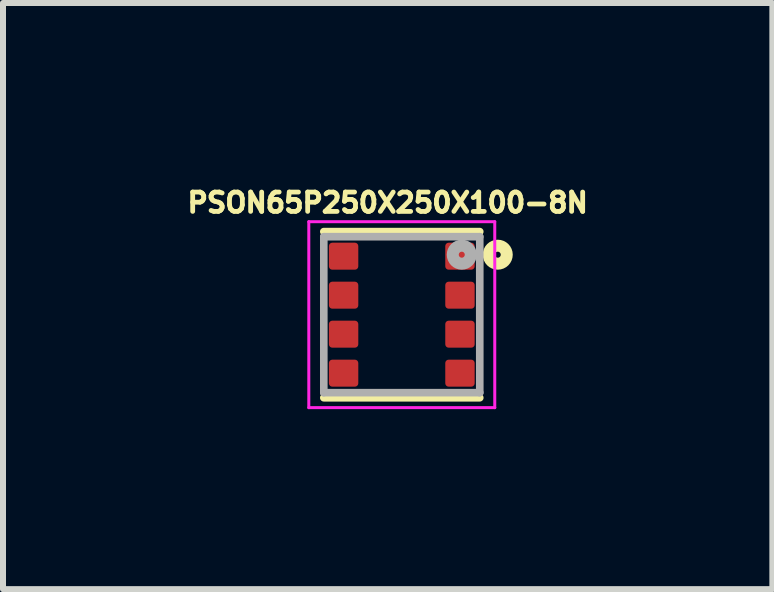
<source format=kicad_pcb>
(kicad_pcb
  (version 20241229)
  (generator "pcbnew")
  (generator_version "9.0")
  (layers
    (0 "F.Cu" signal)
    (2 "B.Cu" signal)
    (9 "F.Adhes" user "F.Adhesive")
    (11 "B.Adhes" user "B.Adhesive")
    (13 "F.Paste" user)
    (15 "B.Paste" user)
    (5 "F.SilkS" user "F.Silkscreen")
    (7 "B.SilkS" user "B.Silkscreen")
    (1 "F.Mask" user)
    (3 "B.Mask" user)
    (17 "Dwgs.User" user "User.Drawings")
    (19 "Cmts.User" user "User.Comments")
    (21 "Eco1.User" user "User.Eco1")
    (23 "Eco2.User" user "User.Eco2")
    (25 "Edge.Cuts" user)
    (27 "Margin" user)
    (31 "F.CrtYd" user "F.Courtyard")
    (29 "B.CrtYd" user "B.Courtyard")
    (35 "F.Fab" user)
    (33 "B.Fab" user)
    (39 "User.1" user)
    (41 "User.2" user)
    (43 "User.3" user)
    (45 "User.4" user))
  (footprint "PSON65P250X250X100-8N"
    (layer "F.Cu")
    (at 3.648 2.196)
    (property "Reference" "PSON65P250X250X100-8N" (at -0.235 -1.867 0) (layer "F.SilkS") (effects (font (size 0.322 0.322) (thickness 0.08))))
    (attr smd)
    (fp_line (start -1.3 -1.385) (end 1.3 -1.385) (stroke (width 0.127) (type solid)) (layer "F.SilkS"))
    (fp_line (start -1.3 1.385) (end 1.3 1.385) (stroke (width 0.127) (type solid)) (layer "F.SilkS"))
    (fp_circle (center 1.6 -1) (end 1.65 -1) (stroke (width 0.2) (type solid)) (fill no) (layer "F.SilkS"))
    (fp_line (start -1.55 -1.55) (end 1.55 -1.55) (stroke (width 0.05) (type solid)) (layer "F.CrtYd"))
    (fp_line (start -1.55 1.55) (end -1.55 -1.55) (stroke (width 0.05) (type solid)) (layer "F.CrtYd"))
    (fp_line (start 1.55 -1.55) (end 1.55 1.55) (stroke (width 0.05) (type solid)) (layer "F.CrtYd"))
    (fp_line (start 1.55 1.55) (end -1.55 1.55) (stroke (width 0.05) (type solid)) (layer "F.CrtYd"))
    (fp_line (start -1.3 -1.3) (end -1.3 1.3) (stroke (width 0.127) (type solid)) (layer "F.Fab"))
    (fp_line (start -1.3 1.3) (end 1.3 1.3) (stroke (width 0.127) (type solid)) (layer "F.Fab"))
    (fp_line (start 1.3 -1.3) (end -1.3 -1.3) (stroke (width 0.127) (type solid)) (layer "F.Fab"))
    (fp_line (start 1.3 1.3) (end 1.3 -1.3) (stroke (width 0.127) (type solid)) (layer "F.Fab"))
    (fp_circle (center 1 -1) (end 1.05 -1) (stroke (width 0.2) (type solid)) (fill no) (layer "F.Fab"))
    (pad "1" smd roundrect (at 0.97 -0.975) (size 0.49 0.45) (layers "F.Cu" "F.Mask" "F.Paste") (roundrect_rratio 0.125))
    (pad "2" smd roundrect (at 0.97 -0.325) (size 0.49 0.45) (layers "F.Cu" "F.Mask" "F.Paste") (roundrect_rratio 0.125))
    (pad "3" smd roundrect (at 0.97 0.325) (size 0.49 0.45) (layers "F.Cu" "F.Mask" "F.Paste") (roundrect_rratio 0.125))
    (pad "4" smd roundrect (at 0.97 0.975) (size 0.49 0.45) (layers "F.Cu" "F.Mask" "F.Paste") (roundrect_rratio 0.125))
    (pad "5" smd roundrect (at -0.97 0.975) (size 0.49 0.45) (layers "F.Cu" "F.Mask" "F.Paste") (roundrect_rratio 0.125))
    (pad "6" smd roundrect (at -0.97 0.325) (size 0.49 0.45) (layers "F.Cu" "F.Mask" "F.Paste") (roundrect_rratio 0.125))
    (pad "7" smd roundrect (at -0.97 -0.325) (size 0.49 0.45) (layers "F.Cu" "F.Mask" "F.Paste") (roundrect_rratio 0.125))
    (pad "8" smd roundrect (at -0.97 -0.975) (size 0.49 0.45) (layers "F.Cu" "F.Mask" "F.Paste") (roundrect_rratio 0.125)))
  (gr_rect
    (start -3 -3)
    (end 9.826 6.771)
    (stroke (width 0.1) (type default))
    (fill no)
    (layer "Edge.Cuts")))
</source>
